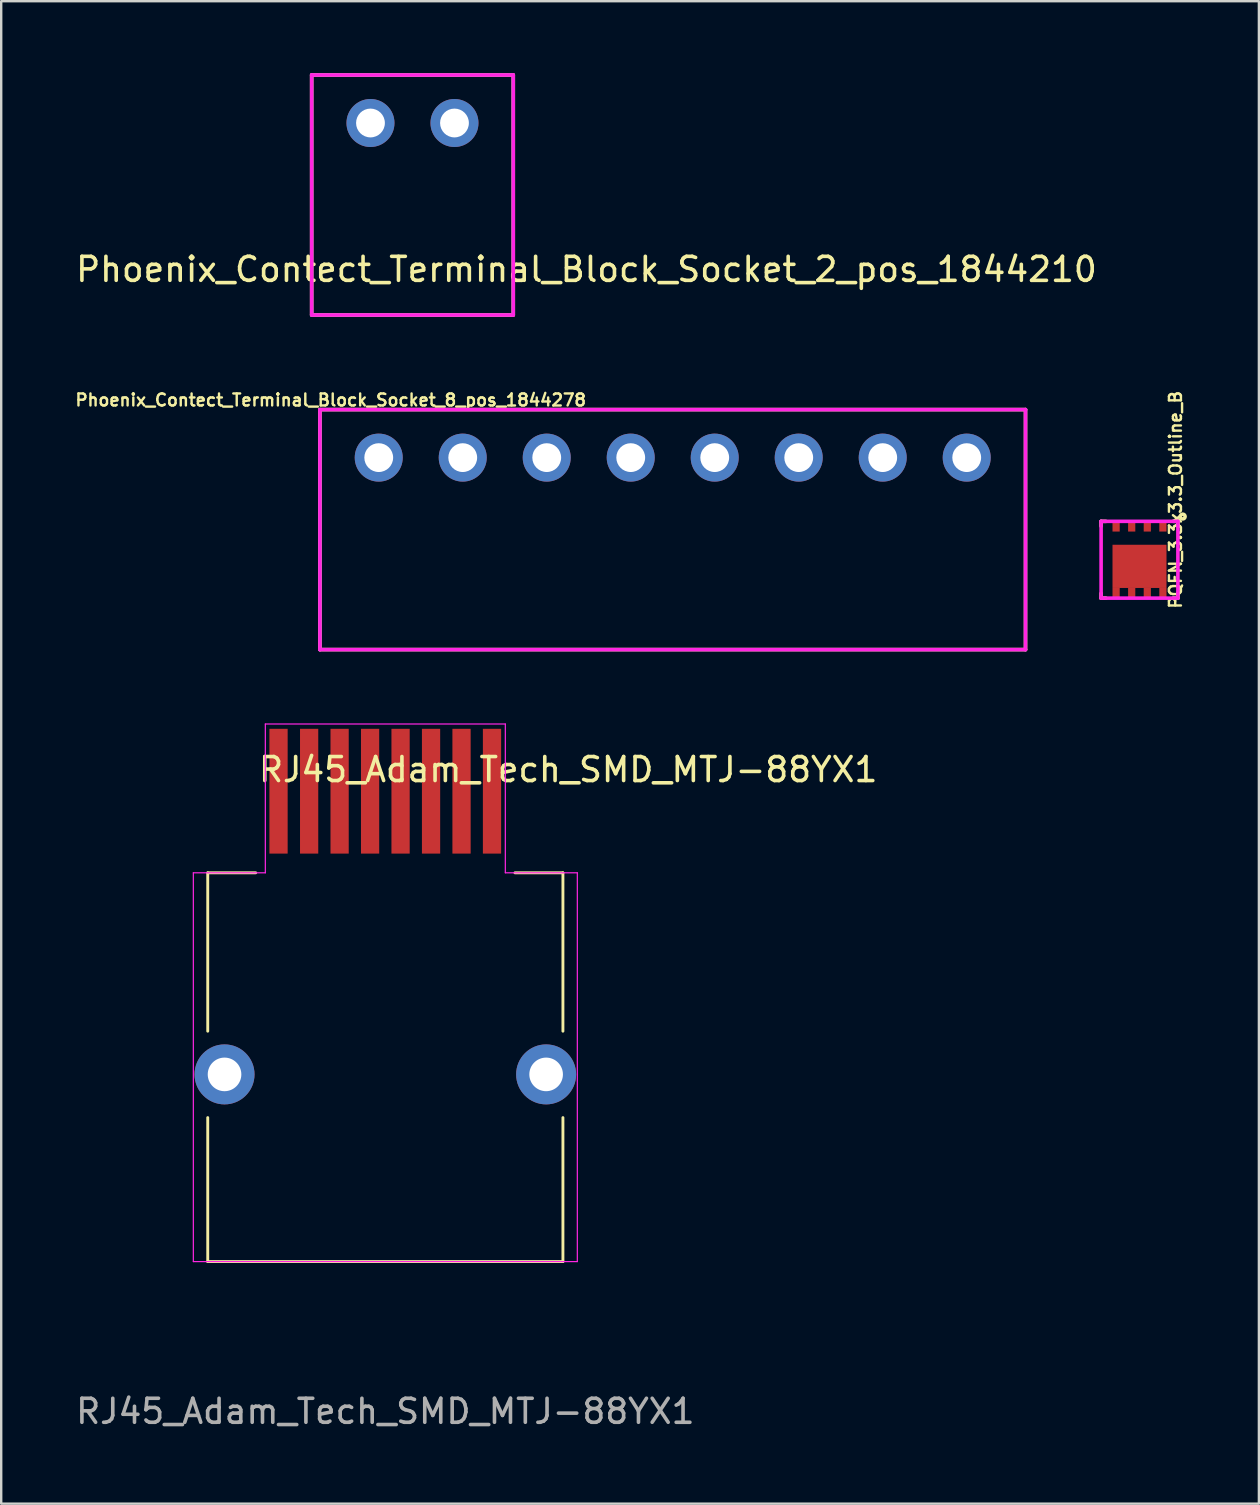
<source format=kicad_pcb>
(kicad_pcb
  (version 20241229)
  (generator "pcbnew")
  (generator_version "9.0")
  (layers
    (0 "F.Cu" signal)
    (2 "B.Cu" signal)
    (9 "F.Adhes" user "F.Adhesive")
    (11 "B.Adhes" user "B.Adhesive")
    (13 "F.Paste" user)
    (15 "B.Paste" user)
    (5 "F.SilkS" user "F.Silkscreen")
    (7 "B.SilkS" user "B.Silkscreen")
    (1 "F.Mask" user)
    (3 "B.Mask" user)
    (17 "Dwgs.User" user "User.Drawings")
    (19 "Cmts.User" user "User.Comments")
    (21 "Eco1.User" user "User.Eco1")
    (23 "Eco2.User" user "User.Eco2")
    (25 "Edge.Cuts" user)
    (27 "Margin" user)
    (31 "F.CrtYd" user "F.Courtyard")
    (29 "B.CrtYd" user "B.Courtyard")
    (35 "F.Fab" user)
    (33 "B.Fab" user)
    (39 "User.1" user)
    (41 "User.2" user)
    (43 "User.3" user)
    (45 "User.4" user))
  (footprint "RJ45_Adam_Tech_SMD_MTJ-88YX1"
    (layer "F.Cu")
    (at 13.006 40.518)
    (property "Reference" "RJ45_Adam_Tech_SMD_MTJ-88YX1" (at 7.62 -11.5 0) (unlocked yes) (layer "F.SilkS") (effects (font (size 1 1) (thickness 0.15))))
    (attr smd)
    (fp_line (start -7.4 -7.2) (end -7.4 -0.6) (stroke (width 0.12) (type solid)) (layer "F.SilkS"))
    (fp_line (start -7.4 -7.2) (end -5.4 -7.2) (stroke (width 0.12) (type solid)) (layer "F.SilkS"))
    (fp_line (start -7.4 9) (end -7.4 3) (stroke (width 0.12) (type solid)) (layer "F.SilkS"))
    (fp_line (start 7.4 -7.2) (end 5.4 -7.2) (stroke (width 0.12) (type solid)) (layer "F.SilkS"))
    (fp_line (start 7.4 -7.2) (end 7.4 -0.6) (stroke (width 0.12) (type solid)) (layer "F.SilkS"))
    (fp_line (start 7.4 9) (end -7.4 9) (stroke (width 0.12) (type solid)) (layer "F.SilkS"))
    (fp_line (start 7.4 9) (end 7.4 3) (stroke (width 0.12) (type solid)) (layer "F.SilkS"))
    (fp_line (start -8 -7.2) (end -5 -7.2) (stroke (width 0.05) (type solid)) (layer "F.CrtYd"))
    (fp_line (start -8 9) (end -8 -7.2) (stroke (width 0.05) (type solid)) (layer "F.CrtYd"))
    (fp_line (start -5 -13.4) (end 5 -13.4) (stroke (width 0.05) (type solid)) (layer "F.CrtYd"))
    (fp_line (start -5 -7.2) (end -5 -13.4) (stroke (width 0.05) (type solid)) (layer "F.CrtYd"))
    (fp_line (start 5 -13.4) (end 5 -7.2) (stroke (width 0.05) (type solid)) (layer "F.CrtYd"))
    (fp_line (start 5 -7.2) (end 8 -7.2) (stroke (width 0.05) (type solid)) (layer "F.CrtYd"))
    (fp_line (start 8 -7.2) (end 8 9) (stroke (width 0.05) (type solid)) (layer "F.CrtYd"))
    (fp_line (start 8 9) (end -8 9) (stroke (width 0.05) (type solid)) (layer "F.CrtYd"))
    (fp_text user "${REFERENCE}" (at 0 15.24 0) (unlocked yes) (layer "F.Fab") (effects (font (size 1 1) (thickness 0.15))))
    (pad "" thru_hole circle (at -6.7 1.2) (size 2.5 2.5) (drill 1.4) (layers "*.Cu" "*.Mask"))
    (pad "" thru_hole circle (at 6.7 1.2) (size 2.5 2.5) (drill 1.4) (layers "*.Cu" "*.Mask"))
    (pad "1" smd rect (at -4.45 -10.6) (size 0.76 5.2) (layers "F.Cu" "F.Mask" "F.Paste"))
    (pad "2" smd rect (at -3.175 -10.6) (size 0.76 5.2) (layers "F.Cu" "F.Mask" "F.Paste"))
    (pad "3" smd rect (at -1.905 -10.6) (size 0.76 5.2) (layers "F.Cu" "F.Mask" "F.Paste"))
    (pad "4" smd rect (at -0.635 -10.6) (size 0.76 5.2) (layers "F.Cu" "F.Mask" "F.Paste"))
    (pad "5" smd rect (at 0.635 -10.6) (size 0.76 5.2) (layers "F.Cu" "F.Mask" "F.Paste"))
    (pad "6" smd rect (at 1.905 -10.6) (size 0.76 5.2) (layers "F.Cu" "F.Mask" "F.Paste"))
    (pad "7" smd rect (at 3.175 -10.6) (size 0.76 5.2) (layers "F.Cu" "F.Mask" "F.Paste"))
    (pad "8" smd rect (at 4.445 -10.6) (size 0.76 5.2) (layers "F.Cu" "F.Mask" "F.Paste")))
  (footprint "PQFN_3.3x3.3_Outline_B"
    (layer "F.Cu")
    (at 44.431 20.274)
    (property "Reference" "PQFN_3.3x3.3_Outline_B" (at 1.5 -2.5 90) (layer "F.SilkS") (effects (font (size 0.5 0.5) (thickness 0.1))))
    (attr smd)
    (fp_line (start -1.6 -1.6) (end -1.6 -1.4) (stroke (width 0.15) (type solid)) (layer "F.SilkS"))
    (fp_line (start -1.6 1.6) (end -1.6 1.4) (stroke (width 0.15) (type solid)) (layer "F.SilkS"))
    (fp_line (start -1.4 -1.6) (end -1.6 -1.6) (stroke (width 0.15) (type solid)) (layer "F.SilkS"))
    (fp_line (start -1.4 1.6) (end -1.6 1.6) (stroke (width 0.15) (type solid)) (layer "F.SilkS"))
    (fp_line (start 1.4 -1.6) (end 1.6 -1.6) (stroke (width 0.15) (type solid)) (layer "F.SilkS"))
    (fp_line (start 1.4 1.6) (end 1.6 1.6) (stroke (width 0.15) (type solid)) (layer "F.SilkS"))
    (fp_line (start 1.6 -1.6) (end 1.6 -1.4) (stroke (width 0.15) (type solid)) (layer "F.SilkS"))
    (fp_line (start 1.6 1.6) (end 1.6 1.4) (stroke (width 0.15) (type solid)) (layer "F.SilkS"))
    (fp_circle (center 1.8 -1.8) (end 1.7 -1.8) (stroke (width 0.15) (type solid)) (fill no) (layer "F.SilkS"))
    (fp_line (start -1.6 -1.6) (end -1.6 1.6) (stroke (width 0.15) (type solid)) (layer "F.CrtYd"))
    (fp_line (start -1.6 1.6) (end 1.6 1.6) (stroke (width 0.15) (type solid)) (layer "F.CrtYd"))
    (fp_line (start 1.6 -1.6) (end -1.6 -1.6) (stroke (width 0.15) (type solid)) (layer "F.CrtYd"))
    (fp_line (start 1.6 1.6) (end 1.6 -1.6) (stroke (width 0.15) (type solid)) (layer "F.CrtYd"))
    (pad "" smd rect (at 0 0.275) (size 2.25 1.8) (layers "F.Cu" "F.Mask" "F.Paste"))
    (pad "1" smd rect (at 0.975 -1.4) (size 0.3 0.45) (layers "F.Cu" "F.Mask" "F.Paste"))
    (pad "2" smd rect (at 0.325 -1.4) (size 0.3 0.45) (layers "F.Cu" "F.Mask" "F.Paste"))
    (pad "3" smd rect (at -0.325 -1.4) (size 0.3 0.45) (layers "F.Cu" "F.Mask" "F.Paste"))
    (pad "4" smd rect (at -0.975 -1.4) (size 0.3 0.45) (layers "F.Cu" "F.Mask" "F.Paste"))
    (pad "5" smd rect (at -0.975 1.4) (size 0.3 0.45) (layers "F.Cu" "F.Mask" "F.Paste"))
    (pad "6" smd rect (at -0.325 1.4) (size 0.3 0.45) (layers "F.Cu" "F.Mask" "F.Paste"))
    (pad "7" smd rect (at 0.325 1.4) (size 0.3 0.45) (layers "F.Cu" "F.Mask" "F.Paste"))
    (pad "8" smd rect (at 0.975 1.4) (size 0.3 0.45) (layers "F.Cu" "F.Mask" "F.Paste")))
  (footprint "Phoenix_Contect_Terminal_Block_Socket_2_pos_1844210"
    (layer "F.Cu")
    (at 12.387 2.075)
    (property "Reference" "Phoenix_Contect_Terminal_Block_Socket_2_pos_1844210" (at 9 6.1 0) (layer "F.SilkS") (effects (font (size 1 1) (thickness 0.15))))
    (attr through_hole)
    (fp_line (start -2.45 -2) (end 5.95 -2) (stroke (width 0.15) (type solid)) (layer "F.SilkS"))
    (fp_line (start -2.45 8) (end -2.45 -2) (stroke (width 0.15) (type solid)) (layer "F.SilkS"))
    (fp_line (start 5.95 -2) (end 5.95 8) (stroke (width 0.15) (type solid)) (layer "F.SilkS"))
    (fp_line (start 5.95 8) (end -2.45 8) (stroke (width 0.15) (type solid)) (layer "F.SilkS"))
    (fp_line (start -2.45 -2) (end -2.45 8) (stroke (width 0.15) (type solid)) (layer "F.CrtYd"))
    (fp_line (start -2.45 8) (end 5.95 8) (stroke (width 0.15) (type solid)) (layer "F.CrtYd"))
    (fp_line (start 5.95 -2) (end -2.45 -2) (stroke (width 0.15) (type solid)) (layer "F.CrtYd"))
    (fp_line (start 5.95 8) (end 5.95 -2) (stroke (width 0.15) (type solid)) (layer "F.CrtYd"))
    (pad "1" thru_hole circle (at 0 0) (size 2 2) (drill 1.2) (layers "*.Cu" "*.Mask"))
    (pad "2" thru_hole circle (at 3.5 0) (size 2 2) (drill 1.2) (layers "*.Cu" "*.Mask")))
  (footprint "Phoenix_Contect_Terminal_Block_Socket_8_pos_1844278"
    (layer "F.Cu")
    (at 12.731 16.018)
    (property "Reference" "Phoenix_Contect_Terminal_Block_Socket_8_pos_1844278" (at -2 -2.4 0) (layer "F.SilkS") (effects (font (size 0.5 0.5) (thickness 0.1))))
    (attr through_hole)
    (fp_line (start -2.45 -2) (end 26.95 -2) (stroke (width 0.15) (type solid)) (layer "F.SilkS"))
    (fp_line (start -2.45 8) (end -2.45 -2) (stroke (width 0.15) (type solid)) (layer "F.SilkS"))
    (fp_line (start 26.95 -2) (end 26.95 8) (stroke (width 0.15) (type solid)) (layer "F.SilkS"))
    (fp_line (start 26.95 8) (end -2.45 8) (stroke (width 0.15) (type solid)) (layer "F.SilkS"))
    (fp_line (start -2.45 -2) (end -2.45 8) (stroke (width 0.15) (type solid)) (layer "F.CrtYd"))
    (fp_line (start -2.45 8) (end 26.95 8) (stroke (width 0.15) (type solid)) (layer "F.CrtYd"))
    (fp_line (start 26.95 -2) (end -2.45 -2) (stroke (width 0.15) (type solid)) (layer "F.CrtYd"))
    (fp_line (start 26.95 8) (end 26.95 -2) (stroke (width 0.15) (type solid)) (layer "F.CrtYd"))
    (pad "1" thru_hole circle (at 0 0) (size 2 2) (drill 1.2) (layers "*.Cu" "*.Mask"))
    (pad "2" thru_hole circle (at 3.5 0) (size 2 2) (drill 1.2) (layers "*.Cu" "*.Mask"))
    (pad "3" thru_hole circle (at 7 0) (size 2 2) (drill 1.2) (layers "*.Cu" "*.Mask"))
    (pad "4" thru_hole circle (at 10.5 0) (size 2 2) (drill 1.2) (layers "*.Cu" "*.Mask"))
    (pad "5" thru_hole circle (at 14 0) (size 2 2) (drill 1.2) (layers "*.Cu" "*.Mask"))
    (pad "6" thru_hole circle (at 17.5 0) (size 2 2) (drill 1.2) (layers "*.Cu" "*.Mask"))
    (pad "7" thru_hole circle (at 21 0) (size 2 2) (drill 1.2) (layers "*.Cu" "*.Mask"))
    (pad "8" thru_hole circle (at 24.5 0) (size 2 2) (drill 1.2) (layers "*.Cu" "*.Mask")))
  (gr_rect
    (start -3 -3)
    (end 49.406 59.606)
    (stroke (width 0.1) (type default))
    (fill no)
    (layer "Edge.Cuts")))
</source>
